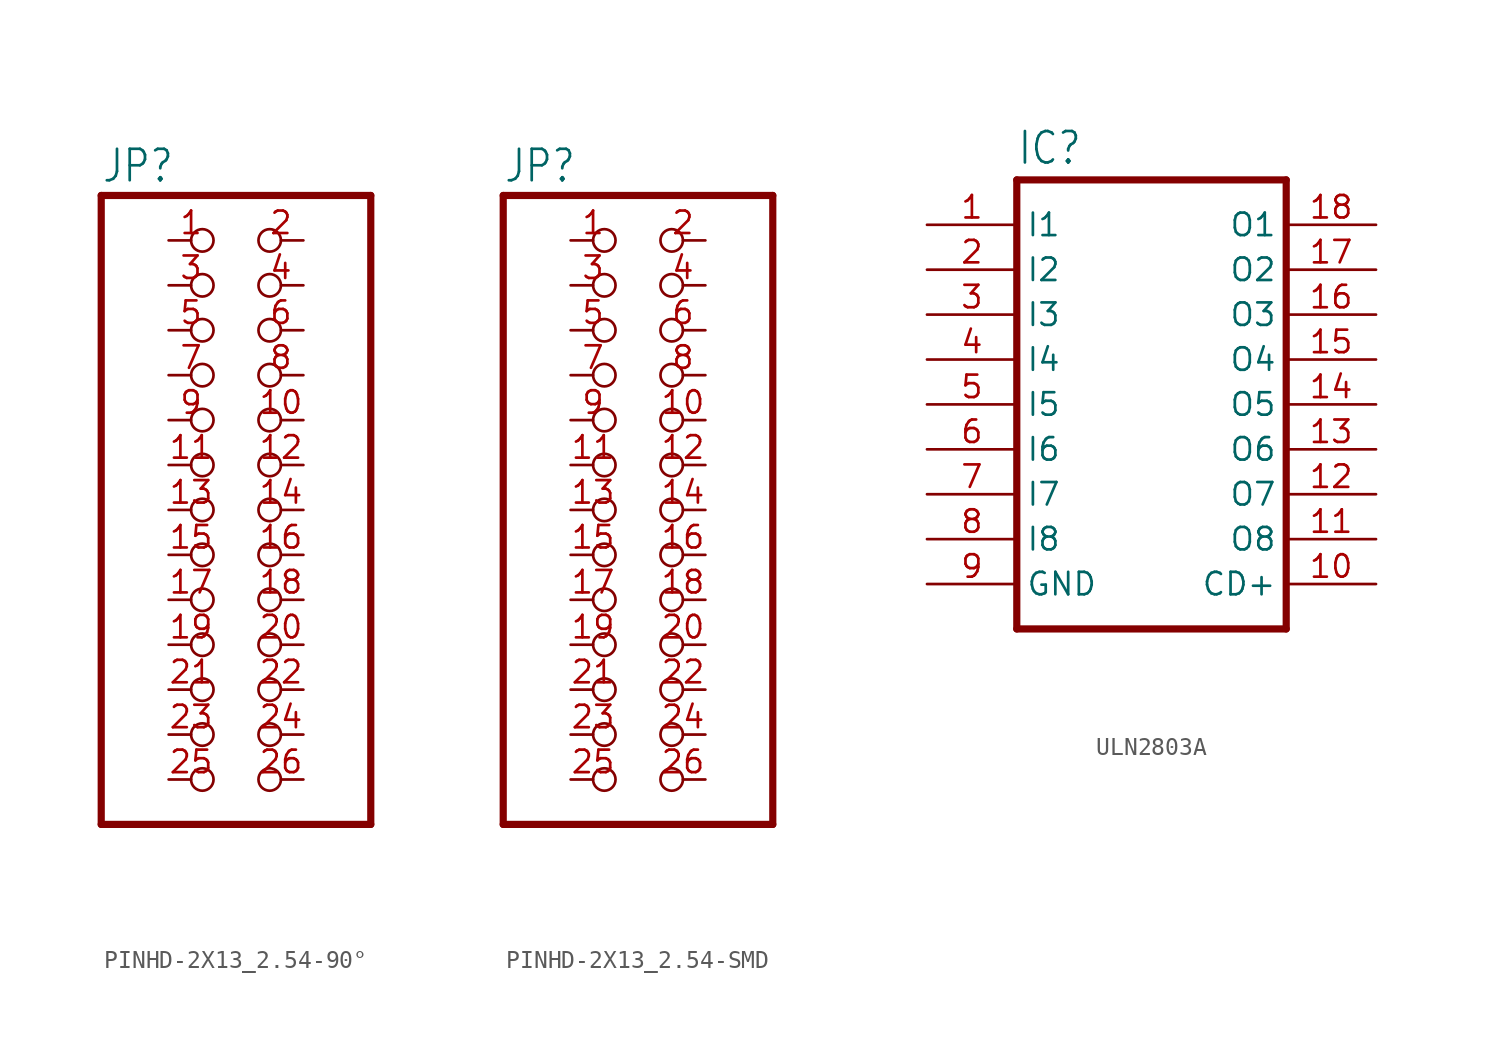
<source format=kicad_sym>
(kicad_symbol_lib
  (version 20220914)
  (generator kicad_symbol_editor)
  (symbol "PINHD-2X13_2.54-90°"
    (property "Reference" "JP"
      (at -6.35 18.415 0)
      (effects (font (size 1.778 1.511)) (justify left bottom)))
    (property "Value" ""
      (at -6.35 -20.32 0)
      (effects (font (size 1.778 1.511)) (justify left bottom)))
    (property "ki_locked" ""
      (at 0 0 0)
      (effects (font (size 1.27 1.27))))
    (symbol "PINHD-2X13_2.54-90°_1_0"
      (polyline (pts (xy -6.35 -17.78) (xy 8.89 -17.78)) (stroke (width 0.406) (type solid)) (fill (type none)))
      (polyline (pts (xy -6.35 17.78) (xy -6.35 -17.78)) (stroke (width 0.406) (type solid)) (fill (type none)))
      (polyline (pts (xy 8.89 -17.78) (xy 8.89 17.78)) (stroke (width 0.406) (type solid)) (fill (type none)))
      (polyline (pts (xy 8.89 17.78) (xy -6.35 17.78)) (stroke (width 0.406) (type solid)) (fill (type none)))
      (pin passive inverted (at -2.54 15.24 0) (length 2.54) (name "1" (effects (font (size 0 0)))) (number "1" (effects (font (size 1.27 1.27)))))
      (pin passive inverted (at 5.08 5.08 180) (length 2.54) (name "10" (effects (font (size 0 0)))) (number "10" (effects (font (size 1.27 1.27)))))
      (pin passive inverted (at -2.54 2.54 0) (length 2.54) (name "11" (effects (font (size 0 0)))) (number "11" (effects (font (size 1.27 1.27)))))
      (pin passive inverted (at 5.08 2.54 180) (length 2.54) (name "12" (effects (font (size 0 0)))) (number "12" (effects (font (size 1.27 1.27)))))
      (pin passive inverted (at -2.54 0 0) (length 2.54) (name "13" (effects (font (size 0 0)))) (number "13" (effects (font (size 1.27 1.27)))))
      (pin passive inverted (at 5.08 0 180) (length 2.54) (name "14" (effects (font (size 0 0)))) (number "14" (effects (font (size 1.27 1.27)))))
      (pin passive inverted (at -2.54 -2.54 0) (length 2.54) (name "15" (effects (font (size 0 0)))) (number "15" (effects (font (size 1.27 1.27)))))
      (pin passive inverted (at 5.08 -2.54 180) (length 2.54) (name "16" (effects (font (size 0 0)))) (number "16" (effects (font (size 1.27 1.27)))))
      (pin passive inverted (at -2.54 -5.08 0) (length 2.54) (name "17" (effects (font (size 0 0)))) (number "17" (effects (font (size 1.27 1.27)))))
      (pin passive inverted (at 5.08 -5.08 180) (length 2.54) (name "18" (effects (font (size 0 0)))) (number "18" (effects (font (size 1.27 1.27)))))
      (pin passive inverted (at -2.54 -7.62 0) (length 2.54) (name "19" (effects (font (size 0 0)))) (number "19" (effects (font (size 1.27 1.27)))))
      (pin passive inverted (at 5.08 15.24 180) (length 2.54) (name "2" (effects (font (size 0 0)))) (number "2" (effects (font (size 1.27 1.27)))))
      (pin passive inverted (at 5.08 -7.62 180) (length 2.54) (name "20" (effects (font (size 0 0)))) (number "20" (effects (font (size 1.27 1.27)))))
      (pin passive inverted (at -2.54 -10.16 0) (length 2.54) (name "21" (effects (font (size 0 0)))) (number "21" (effects (font (size 1.27 1.27)))))
      (pin passive inverted (at 5.08 -10.16 180) (length 2.54) (name "22" (effects (font (size 0 0)))) (number "22" (effects (font (size 1.27 1.27)))))
      (pin passive inverted (at -2.54 -12.7 0) (length 2.54) (name "23" (effects (font (size 0 0)))) (number "23" (effects (font (size 1.27 1.27)))))
      (pin passive inverted (at 5.08 -12.7 180) (length 2.54) (name "24" (effects (font (size 0 0)))) (number "24" (effects (font (size 1.27 1.27)))))
      (pin passive inverted (at -2.54 -15.24 0) (length 2.54) (name "25" (effects (font (size 0 0)))) (number "25" (effects (font (size 1.27 1.27)))))
      (pin passive inverted (at 5.08 -15.24 180) (length 2.54) (name "26" (effects (font (size 0 0)))) (number "26" (effects (font (size 1.27 1.27)))))
      (pin passive inverted (at -2.54 12.7 0) (length 2.54) (name "3" (effects (font (size 0 0)))) (number "3" (effects (font (size 1.27 1.27)))))
      (pin passive inverted (at 5.08 12.7 180) (length 2.54) (name "4" (effects (font (size 0 0)))) (number "4" (effects (font (size 1.27 1.27)))))
      (pin passive inverted (at -2.54 10.16 0) (length 2.54) (name "5" (effects (font (size 0 0)))) (number "5" (effects (font (size 1.27 1.27)))))
      (pin passive inverted (at 5.08 10.16 180) (length 2.54) (name "6" (effects (font (size 0 0)))) (number "6" (effects (font (size 1.27 1.27)))))
      (pin passive inverted (at -2.54 7.62 0) (length 2.54) (name "7" (effects (font (size 0 0)))) (number "7" (effects (font (size 1.27 1.27)))))
      (pin passive inverted (at 5.08 7.62 180) (length 2.54) (name "8" (effects (font (size 0 0)))) (number "8" (effects (font (size 1.27 1.27)))))
      (pin passive inverted (at -2.54 5.08 0) (length 2.54) (name "9" (effects (font (size 0 0)))) (number "9" (effects (font (size 1.27 1.27)))))))
  (symbol "PINHD-2X13_2.54-SMD"
    (property "Reference" "JP"
      (at -6.35 18.415 0)
      (effects (font (size 1.778 1.511)) (justify left bottom)))
    (property "Value" ""
      (at -6.35 -20.32 0)
      (effects (font (size 1.778 1.511)) (justify left bottom)))
    (property "ki_locked" ""
      (at 0 0 0)
      (effects (font (size 1.27 1.27))))
    (symbol "PINHD-2X13_2.54-SMD_1_0"
      (polyline (pts (xy -6.35 -17.78) (xy 8.89 -17.78)) (stroke (width 0.406) (type solid)) (fill (type none)))
      (polyline (pts (xy -6.35 17.78) (xy -6.35 -17.78)) (stroke (width 0.406) (type solid)) (fill (type none)))
      (polyline (pts (xy 8.89 -17.78) (xy 8.89 17.78)) (stroke (width 0.406) (type solid)) (fill (type none)))
      (polyline (pts (xy 8.89 17.78) (xy -6.35 17.78)) (stroke (width 0.406) (type solid)) (fill (type none)))
      (pin passive inverted (at -2.54 15.24 0) (length 2.54) (name "1" (effects (font (size 0 0)))) (number "1" (effects (font (size 1.27 1.27)))))
      (pin passive inverted (at 5.08 5.08 180) (length 2.54) (name "10" (effects (font (size 0 0)))) (number "10" (effects (font (size 1.27 1.27)))))
      (pin passive inverted (at -2.54 2.54 0) (length 2.54) (name "11" (effects (font (size 0 0)))) (number "11" (effects (font (size 1.27 1.27)))))
      (pin passive inverted (at 5.08 2.54 180) (length 2.54) (name "12" (effects (font (size 0 0)))) (number "12" (effects (font (size 1.27 1.27)))))
      (pin passive inverted (at -2.54 0 0) (length 2.54) (name "13" (effects (font (size 0 0)))) (number "13" (effects (font (size 1.27 1.27)))))
      (pin passive inverted (at 5.08 0 180) (length 2.54) (name "14" (effects (font (size 0 0)))) (number "14" (effects (font (size 1.27 1.27)))))
      (pin passive inverted (at -2.54 -2.54 0) (length 2.54) (name "15" (effects (font (size 0 0)))) (number "15" (effects (font (size 1.27 1.27)))))
      (pin passive inverted (at 5.08 -2.54 180) (length 2.54) (name "16" (effects (font (size 0 0)))) (number "16" (effects (font (size 1.27 1.27)))))
      (pin passive inverted (at -2.54 -5.08 0) (length 2.54) (name "17" (effects (font (size 0 0)))) (number "17" (effects (font (size 1.27 1.27)))))
      (pin passive inverted (at 5.08 -5.08 180) (length 2.54) (name "18" (effects (font (size 0 0)))) (number "18" (effects (font (size 1.27 1.27)))))
      (pin passive inverted (at -2.54 -7.62 0) (length 2.54) (name "19" (effects (font (size 0 0)))) (number "19" (effects (font (size 1.27 1.27)))))
      (pin passive inverted (at 5.08 15.24 180) (length 2.54) (name "2" (effects (font (size 0 0)))) (number "2" (effects (font (size 1.27 1.27)))))
      (pin passive inverted (at 5.08 -7.62 180) (length 2.54) (name "20" (effects (font (size 0 0)))) (number "20" (effects (font (size 1.27 1.27)))))
      (pin passive inverted (at -2.54 -10.16 0) (length 2.54) (name "21" (effects (font (size 0 0)))) (number "21" (effects (font (size 1.27 1.27)))))
      (pin passive inverted (at 5.08 -10.16 180) (length 2.54) (name "22" (effects (font (size 0 0)))) (number "22" (effects (font (size 1.27 1.27)))))
      (pin passive inverted (at -2.54 -12.7 0) (length 2.54) (name "23" (effects (font (size 0 0)))) (number "23" (effects (font (size 1.27 1.27)))))
      (pin passive inverted (at 5.08 -12.7 180) (length 2.54) (name "24" (effects (font (size 0 0)))) (number "24" (effects (font (size 1.27 1.27)))))
      (pin passive inverted (at -2.54 -15.24 0) (length 2.54) (name "25" (effects (font (size 0 0)))) (number "25" (effects (font (size 1.27 1.27)))))
      (pin passive inverted (at 5.08 -15.24 180) (length 2.54) (name "26" (effects (font (size 0 0)))) (number "26" (effects (font (size 1.27 1.27)))))
      (pin passive inverted (at -2.54 12.7 0) (length 2.54) (name "3" (effects (font (size 0 0)))) (number "3" (effects (font (size 1.27 1.27)))))
      (pin passive inverted (at 5.08 12.7 180) (length 2.54) (name "4" (effects (font (size 0 0)))) (number "4" (effects (font (size 1.27 1.27)))))
      (pin passive inverted (at -2.54 10.16 0) (length 2.54) (name "5" (effects (font (size 0 0)))) (number "5" (effects (font (size 1.27 1.27)))))
      (pin passive inverted (at 5.08 10.16 180) (length 2.54) (name "6" (effects (font (size 0 0)))) (number "6" (effects (font (size 1.27 1.27)))))
      (pin passive inverted (at -2.54 7.62 0) (length 2.54) (name "7" (effects (font (size 0 0)))) (number "7" (effects (font (size 1.27 1.27)))))
      (pin passive inverted (at 5.08 7.62 180) (length 2.54) (name "8" (effects (font (size 0 0)))) (number "8" (effects (font (size 1.27 1.27)))))
      (pin passive inverted (at -2.54 5.08 0) (length 2.54) (name "9" (effects (font (size 0 0)))) (number "9" (effects (font (size 1.27 1.27)))))))
  (symbol "ULN2803A"
    (property "Reference" "IC"
      (at -7.62 13.462 0)
      (effects (font (size 1.778 1.511)) (justify left bottom)))
    (property "Value" ""
      (at -7.62 -15.24 0)
      (effects (font (size 1.778 1.511)) (justify left bottom)))
    (property "ki_locked" ""
      (at 0 0 0)
      (effects (font (size 1.27 1.27))))
    (symbol "ULN2803A_1_0"
      (polyline (pts (xy -7.62 12.7) (xy -7.62 -12.7)) (stroke (width 0.406) (type solid)) (fill (type none)))
      (polyline (pts (xy -7.62 12.7) (xy 7.62 12.7)) (stroke (width 0.406) (type solid)) (fill (type none)))
      (polyline (pts (xy 7.62 -12.7) (xy -7.62 -12.7)) (stroke (width 0.406) (type solid)) (fill (type none)))
      (polyline (pts (xy 7.62 -12.7) (xy 7.62 12.7)) (stroke (width 0.406) (type solid)) (fill (type none)))
      (pin input line (at -12.7 10.16 0) (length 5.08) (name "I1" (effects (font (size 1.27 1.27)))) (number "1" (effects (font (size 1.27 1.27)))))
      (pin passive line (at 12.7 -10.16 180) (length 5.08) (name "CD+" (effects (font (size 1.27 1.27)))) (number "10" (effects (font (size 1.27 1.27)))))
      (pin open_collector line (at 12.7 -7.62 180) (length 5.08) (name "O8" (effects (font (size 1.27 1.27)))) (number "11" (effects (font (size 1.27 1.27)))))
      (pin open_collector line (at 12.7 -5.08 180) (length 5.08) (name "O7" (effects (font (size 1.27 1.27)))) (number "12" (effects (font (size 1.27 1.27)))))
      (pin open_collector line (at 12.7 -2.54 180) (length 5.08) (name "O6" (effects (font (size 1.27 1.27)))) (number "13" (effects (font (size 1.27 1.27)))))
      (pin open_collector line (at 12.7 0 180) (length 5.08) (name "O5" (effects (font (size 1.27 1.27)))) (number "14" (effects (font (size 1.27 1.27)))))
      (pin open_collector line (at 12.7 2.54 180) (length 5.08) (name "O4" (effects (font (size 1.27 1.27)))) (number "15" (effects (font (size 1.27 1.27)))))
      (pin open_collector line (at 12.7 5.08 180) (length 5.08) (name "O3" (effects (font (size 1.27 1.27)))) (number "16" (effects (font (size 1.27 1.27)))))
      (pin open_collector line (at 12.7 7.62 180) (length 5.08) (name "O2" (effects (font (size 1.27 1.27)))) (number "17" (effects (font (size 1.27 1.27)))))
      (pin open_collector line (at 12.7 10.16 180) (length 5.08) (name "O1" (effects (font (size 1.27 1.27)))) (number "18" (effects (font (size 1.27 1.27)))))
      (pin input line (at -12.7 7.62 0) (length 5.08) (name "I2" (effects (font (size 1.27 1.27)))) (number "2" (effects (font (size 1.27 1.27)))))
      (pin input line (at -12.7 5.08 0) (length 5.08) (name "I3" (effects (font (size 1.27 1.27)))) (number "3" (effects (font (size 1.27 1.27)))))
      (pin input line (at -12.7 2.54 0) (length 5.08) (name "I4" (effects (font (size 1.27 1.27)))) (number "4" (effects (font (size 1.27 1.27)))))
      (pin input line (at -12.7 0 0) (length 5.08) (name "I5" (effects (font (size 1.27 1.27)))) (number "5" (effects (font (size 1.27 1.27)))))
      (pin input line (at -12.7 -2.54 0) (length 5.08) (name "I6" (effects (font (size 1.27 1.27)))) (number "6" (effects (font (size 1.27 1.27)))))
      (pin input line (at -12.7 -5.08 0) (length 5.08) (name "I7" (effects (font (size 1.27 1.27)))) (number "7" (effects (font (size 1.27 1.27)))))
      (pin input line (at -12.7 -7.62 0) (length 5.08) (name "I8" (effects (font (size 1.27 1.27)))) (number "8" (effects (font (size 1.27 1.27)))))
      (pin power_in line (at -12.7 -10.16 0) (length 5.08) (name "GND" (effects (font (size 1.27 1.27)))) (number "9" (effects (font (size 1.27 1.27))))))))
</source>
